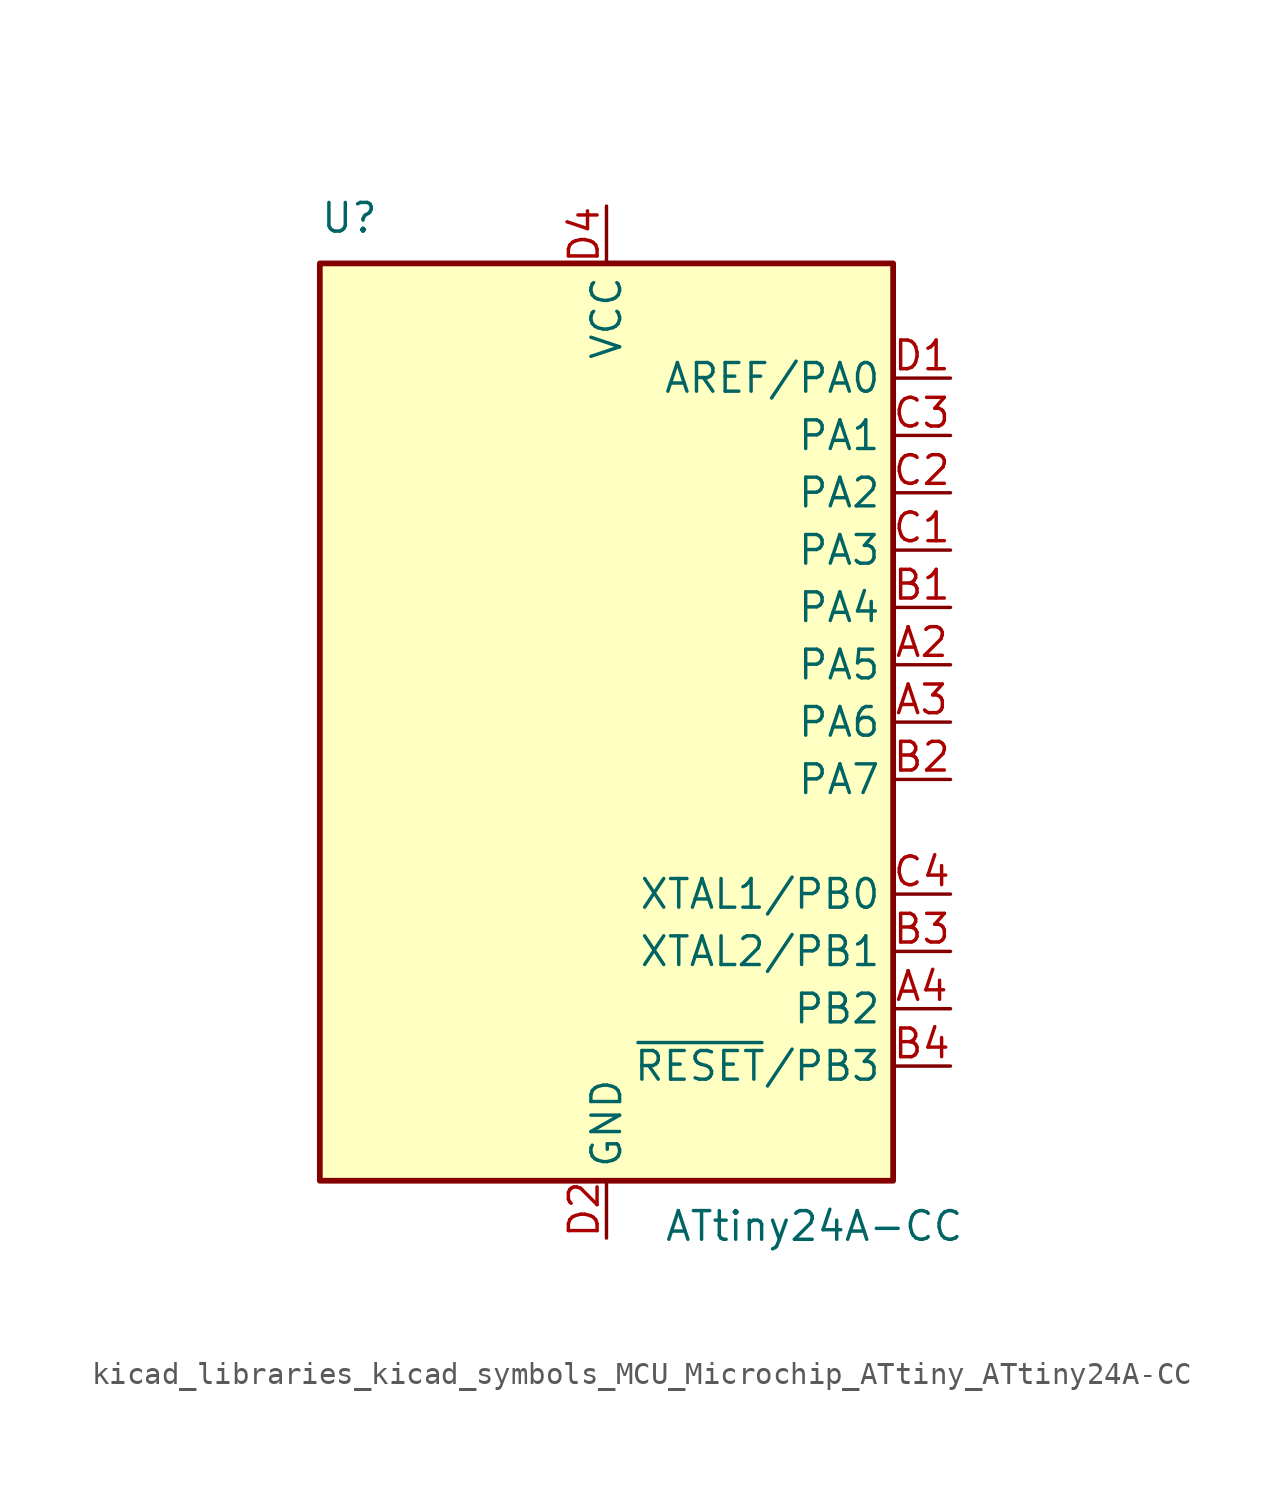
<source format=kicad_sym>
(kicad_symbol_lib
  (version 20220914)
  (generator kicad_symbol_editor)
  (symbol "kicad_libraries_kicad_symbols_MCU_Microchip_ATtiny_ATtiny24A-CC"
    (property "Reference" "U"
      (at -12.7 21.59 0)
      (effects (font (size 1.27 1.27)) (justify left bottom)))
    (property "Value" "ATtiny24A-CC"
      (at 2.54 -21.59 0)
      (effects (font (size 1.27 1.27)) (justify left top)))
    (symbol "kicad_libraries_kicad_symbols_MCU_Microchip_ATtiny_ATtiny24A-CC_0_1"
      (rectangle (start -12.7 -20.32) (end 12.7 20.32) (stroke (width 0.254) (type default)) (fill (type background))))
    (symbol "kicad_libraries_kicad_symbols_MCU_Microchip_ATtiny_ATtiny24A-CC_1_1"
      (pin bidirectional line (at 15.24 2.54 180) (length 2.54) (name "PA5" (effects (font (size 1.27 1.27)))) (number "A2" (effects (font (size 1.27 1.27)))))
      (pin bidirectional line (at 15.24 0 180) (length 2.54) (name "PA6" (effects (font (size 1.27 1.27)))) (number "A3" (effects (font (size 1.27 1.27)))))
      (pin bidirectional line (at 15.24 -12.7 180) (length 2.54) (name "PB2" (effects (font (size 1.27 1.27)))) (number "A4" (effects (font (size 1.27 1.27)))))
      (pin bidirectional line (at 15.24 5.08 180) (length 2.54) (name "PA4" (effects (font (size 1.27 1.27)))) (number "B1" (effects (font (size 1.27 1.27)))))
      (pin bidirectional line (at 15.24 -2.54 180) (length 2.54) (name "PA7" (effects (font (size 1.27 1.27)))) (number "B2" (effects (font (size 1.27 1.27)))))
      (pin bidirectional line (at 15.24 -10.16 180) (length 2.54) (name "XTAL2/PB1" (effects (font (size 1.27 1.27)))) (number "B3" (effects (font (size 1.27 1.27)))))
      (pin bidirectional line (at 15.24 -15.24 180) (length 2.54) (name "~{RESET}/PB3" (effects (font (size 1.27 1.27)))) (number "B4" (effects (font (size 1.27 1.27)))))
      (pin bidirectional line (at 15.24 7.62 180) (length 2.54) (name "PA3" (effects (font (size 1.27 1.27)))) (number "C1" (effects (font (size 1.27 1.27)))))
      (pin bidirectional line (at 15.24 10.16 180) (length 2.54) (name "PA2" (effects (font (size 1.27 1.27)))) (number "C2" (effects (font (size 1.27 1.27)))))
      (pin bidirectional line (at 15.24 12.7 180) (length 2.54) (name "PA1" (effects (font (size 1.27 1.27)))) (number "C3" (effects (font (size 1.27 1.27)))))
      (pin bidirectional line (at 15.24 -7.62 180) (length 2.54) (name "XTAL1/PB0" (effects (font (size 1.27 1.27)))) (number "C4" (effects (font (size 1.27 1.27)))))
      (pin bidirectional line (at 15.24 15.24 180) (length 2.54) (name "AREF/PA0" (effects (font (size 1.27 1.27)))) (number "D1" (effects (font (size 1.27 1.27)))))
      (pin power_in line (at 0 -22.86 90) (length 2.54) (name "GND" (effects (font (size 1.27 1.27)))) (number "D2" (effects (font (size 1.27 1.27)))))
      (pin passive line (at 0 -22.86 90) (length 2.54) hide (name "GND" (effects (font (size 1.27 1.27)))) (number "D3" (effects (font (size 1.27 1.27)))))
      (pin power_in line (at 0 22.86 270) (length 2.54) (name "VCC" (effects (font (size 1.27 1.27)))) (number "D4" (effects (font (size 1.27 1.27))))))))
</source>
